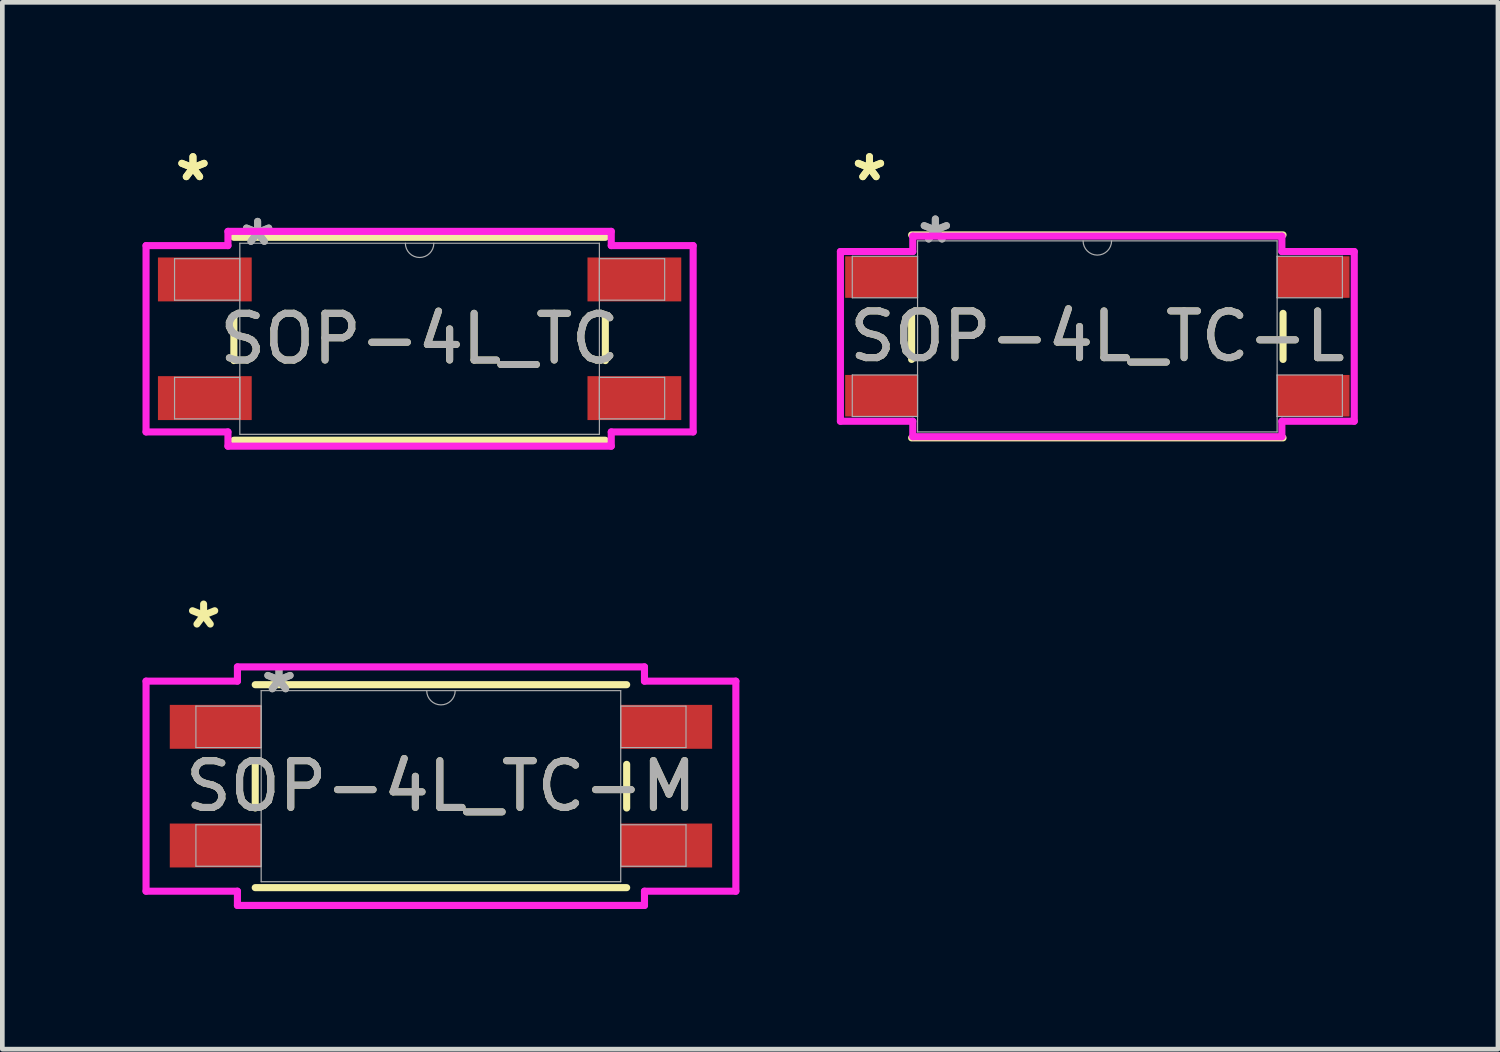
<source format=kicad_pcb>
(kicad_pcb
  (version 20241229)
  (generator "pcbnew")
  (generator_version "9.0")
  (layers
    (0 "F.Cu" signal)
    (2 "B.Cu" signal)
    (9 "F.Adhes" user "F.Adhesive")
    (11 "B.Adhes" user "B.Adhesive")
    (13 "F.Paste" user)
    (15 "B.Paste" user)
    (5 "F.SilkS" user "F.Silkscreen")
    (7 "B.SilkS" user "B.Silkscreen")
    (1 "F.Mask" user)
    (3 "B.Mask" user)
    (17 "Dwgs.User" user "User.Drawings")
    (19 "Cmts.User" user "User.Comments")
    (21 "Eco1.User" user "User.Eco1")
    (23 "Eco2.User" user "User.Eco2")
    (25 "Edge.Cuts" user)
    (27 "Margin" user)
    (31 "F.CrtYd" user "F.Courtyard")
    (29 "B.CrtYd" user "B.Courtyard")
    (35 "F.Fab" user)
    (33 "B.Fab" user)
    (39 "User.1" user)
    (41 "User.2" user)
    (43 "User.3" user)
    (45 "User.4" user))
  (footprint "SOP-4L_TC"
    (layer "F.Cu")
    (at 5.931 4.201)
    (property "Reference" "SOP-4L_TC" (at 0 0 0) (unlocked yes) (layer "F.SilkS") (effects (font (size 1 1) (thickness 0.15))))
    (attr smd)
    (fp_line (start -3.975 -0.467) (end -3.975 0.467) (stroke (width 0.152) (type solid)) (layer "F.SilkS"))
    (fp_line (start -3.975 2.172) (end 3.975 2.172) (stroke (width 0.152) (type solid)) (layer "F.SilkS"))
    (fp_line (start 3.975 -2.172) (end -3.975 -2.172) (stroke (width 0.152) (type solid)) (layer "F.SilkS"))
    (fp_line (start 3.975 0.467) (end 3.975 -0.467) (stroke (width 0.152) (type solid)) (layer "F.SilkS"))
    (fp_line (start -5.855 -1.994) (end -4.102 -1.994) (stroke (width 0.152) (type solid)) (layer "F.CrtYd"))
    (fp_line (start -5.855 1.994) (end -5.855 -1.994) (stroke (width 0.152) (type solid)) (layer "F.CrtYd"))
    (fp_line (start -5.855 1.994) (end -4.102 1.994) (stroke (width 0.152) (type solid)) (layer "F.CrtYd"))
    (fp_line (start -4.102 -2.299) (end 4.102 -2.299) (stroke (width 0.152) (type solid)) (layer "F.CrtYd"))
    (fp_line (start -4.102 -1.994) (end -4.102 -2.299) (stroke (width 0.152) (type solid)) (layer "F.CrtYd"))
    (fp_line (start -4.102 2.299) (end -4.102 1.994) (stroke (width 0.152) (type solid)) (layer "F.CrtYd"))
    (fp_line (start 4.102 -2.299) (end 4.102 -1.994) (stroke (width 0.152) (type solid)) (layer "F.CrtYd"))
    (fp_line (start 4.102 1.994) (end 4.102 2.299) (stroke (width 0.152) (type solid)) (layer "F.CrtYd"))
    (fp_line (start 4.102 2.299) (end -4.102 2.299) (stroke (width 0.152) (type solid)) (layer "F.CrtYd"))
    (fp_line (start 5.855 -1.994) (end 4.102 -1.994) (stroke (width 0.152) (type solid)) (layer "F.CrtYd"))
    (fp_line (start 5.855 -1.994) (end 5.855 1.994) (stroke (width 0.152) (type solid)) (layer "F.CrtYd"))
    (fp_line (start 5.855 1.994) (end 4.102 1.994) (stroke (width 0.152) (type solid)) (layer "F.CrtYd"))
    (fp_line (start -5.245 -1.714) (end -5.245 -0.826) (stroke (width 0.025) (type solid)) (layer "F.Fab"))
    (fp_line (start -5.245 -0.826) (end -3.848 -0.826) (stroke (width 0.025) (type solid)) (layer "F.Fab"))
    (fp_line (start -5.245 0.826) (end -5.245 1.714) (stroke (width 0.025) (type solid)) (layer "F.Fab"))
    (fp_line (start -5.245 1.714) (end -3.848 1.714) (stroke (width 0.025) (type solid)) (layer "F.Fab"))
    (fp_line (start -3.848 -2.045) (end -3.848 2.045) (stroke (width 0.025) (type solid)) (layer "F.Fab"))
    (fp_line (start -3.848 -1.714) (end -5.245 -1.714) (stroke (width 0.025) (type solid)) (layer "F.Fab"))
    (fp_line (start -3.848 -0.826) (end -3.848 -1.714) (stroke (width 0.025) (type solid)) (layer "F.Fab"))
    (fp_line (start -3.848 0.826) (end -5.245 0.826) (stroke (width 0.025) (type solid)) (layer "F.Fab"))
    (fp_line (start -3.848 1.714) (end -3.848 0.826) (stroke (width 0.025) (type solid)) (layer "F.Fab"))
    (fp_line (start -3.848 2.045) (end 3.848 2.045) (stroke (width 0.025) (type solid)) (layer "F.Fab"))
    (fp_line (start 3.848 -2.045) (end -3.848 -2.045) (stroke (width 0.025) (type solid)) (layer "F.Fab"))
    (fp_line (start 3.848 -1.714) (end 3.848 -0.826) (stroke (width 0.025) (type solid)) (layer "F.Fab"))
    (fp_line (start 3.848 -0.826) (end 5.245 -0.826) (stroke (width 0.025) (type solid)) (layer "F.Fab"))
    (fp_line (start 3.848 0.826) (end 3.848 1.714) (stroke (width 0.025) (type solid)) (layer "F.Fab"))
    (fp_line (start 3.848 1.714) (end 5.245 1.714) (stroke (width 0.025) (type solid)) (layer "F.Fab"))
    (fp_line (start 3.848 2.045) (end 3.848 -2.045) (stroke (width 0.025) (type solid)) (layer "F.Fab"))
    (fp_line (start 5.245 -1.714) (end 3.848 -1.714) (stroke (width 0.025) (type solid)) (layer "F.Fab"))
    (fp_line (start 5.245 -0.826) (end 5.245 -1.714) (stroke (width 0.025) (type solid)) (layer "F.Fab"))
    (fp_line (start 5.245 0.826) (end 3.848 0.826) (stroke (width 0.025) (type solid)) (layer "F.Fab"))
    (fp_line (start 5.245 1.714) (end 5.245 0.826) (stroke (width 0.025) (type solid)) (layer "F.Fab"))
    (fp_arc (start 0.3048 -2.0447) (mid 0 -1.7399) (end -0.3048 -2.0447) (stroke (width 0.0254) (type solid)) (layer "F.Fab"))
    (fp_text user "*" (at -4.851 -3.353 0) (layer "F.SilkS") (effects (font (size 1 1) (thickness 0.15))))
    (fp_text user "*" (at -4.851 -3.353 0) (unlocked yes) (layer "F.SilkS") (effects (font (size 1 1) (thickness 0.15))))
    (fp_text user "${REFERENCE}" (at 0 0 0) (unlocked yes) (layer "F.Fab") (effects (font (size 1 1) (thickness 0.15))))
    (fp_text user "*" (at -3.467 -1.968 0) (layer "F.Fab") (effects (font (size 1 1) (thickness 0.15))))
    (fp_text user "*" (at -3.467 -1.968 0) (unlocked yes) (layer "F.Fab") (effects (font (size 1 1) (thickness 0.15))))
    (pad "1" smd rect (at -4.597 -1.27) (size 2.007 0.94) (layers "F.Cu" "F.Mask" "F.Paste"))
    (pad "2" smd rect (at -4.597 1.27) (size 2.007 0.94) (layers "F.Cu" "F.Mask" "F.Paste"))
    (pad "3" smd rect (at 4.597 1.27) (size 2.007 0.94) (layers "F.Cu" "F.Mask" "F.Paste"))
    (pad "4" smd rect (at 4.597 -1.27) (size 2.007 0.94) (layers "F.Cu" "F.Mask" "F.Paste")))
  (footprint "SOP-4L_TC-L"
    (layer "F.Cu")
    (at 20.437 4.15)
    (property "Reference" "SOP-4L_TC-L" (at 0 0 0) (unlocked yes) (layer "F.SilkS") (effects (font (size 1 1) (thickness 0.15))))
    (attr smd)
    (fp_line (start -3.975 -0.493) (end -3.975 0.493) (stroke (width 0.152) (type solid)) (layer "F.SilkS"))
    (fp_line (start -3.975 2.172) (end 3.975 2.172) (stroke (width 0.152) (type solid)) (layer "F.SilkS"))
    (fp_line (start 3.975 -2.172) (end -3.975 -2.172) (stroke (width 0.152) (type solid)) (layer "F.SilkS"))
    (fp_line (start 3.975 0.493) (end 3.975 -0.493) (stroke (width 0.152) (type solid)) (layer "F.SilkS"))
    (fp_line (start -5.499 -1.816) (end -3.95 -1.816) (stroke (width 0.152) (type solid)) (layer "F.CrtYd"))
    (fp_line (start -5.499 1.816) (end -5.499 -1.816) (stroke (width 0.152) (type solid)) (layer "F.CrtYd"))
    (fp_line (start -5.499 1.816) (end -3.95 1.816) (stroke (width 0.152) (type solid)) (layer "F.CrtYd"))
    (fp_line (start -3.95 -2.146) (end 3.95 -2.146) (stroke (width 0.152) (type solid)) (layer "F.CrtYd"))
    (fp_line (start -3.95 -1.816) (end -3.95 -2.146) (stroke (width 0.152) (type solid)) (layer "F.CrtYd"))
    (fp_line (start -3.95 2.146) (end -3.95 1.816) (stroke (width 0.152) (type solid)) (layer "F.CrtYd"))
    (fp_line (start 3.95 -2.146) (end 3.95 -1.816) (stroke (width 0.152) (type solid)) (layer "F.CrtYd"))
    (fp_line (start 3.95 1.816) (end 3.95 2.146) (stroke (width 0.152) (type solid)) (layer "F.CrtYd"))
    (fp_line (start 3.95 2.146) (end -3.95 2.146) (stroke (width 0.152) (type solid)) (layer "F.CrtYd"))
    (fp_line (start 5.499 -1.816) (end 3.95 -1.816) (stroke (width 0.152) (type solid)) (layer "F.CrtYd"))
    (fp_line (start 5.499 -1.816) (end 5.499 1.816) (stroke (width 0.152) (type solid)) (layer "F.CrtYd"))
    (fp_line (start 5.499 1.816) (end 3.95 1.816) (stroke (width 0.152) (type solid)) (layer "F.CrtYd"))
    (fp_line (start -5.245 -1.714) (end -5.245 -0.826) (stroke (width 0.025) (type solid)) (layer "F.Fab"))
    (fp_line (start -5.245 -0.826) (end -3.848 -0.826) (stroke (width 0.025) (type solid)) (layer "F.Fab"))
    (fp_line (start -5.245 0.826) (end -5.245 1.714) (stroke (width 0.025) (type solid)) (layer "F.Fab"))
    (fp_line (start -5.245 1.714) (end -3.848 1.714) (stroke (width 0.025) (type solid)) (layer "F.Fab"))
    (fp_line (start -3.848 -2.045) (end -3.848 2.045) (stroke (width 0.025) (type solid)) (layer "F.Fab"))
    (fp_line (start -3.848 -1.714) (end -5.245 -1.714) (stroke (width 0.025) (type solid)) (layer "F.Fab"))
    (fp_line (start -3.848 -0.826) (end -3.848 -1.714) (stroke (width 0.025) (type solid)) (layer "F.Fab"))
    (fp_line (start -3.848 0.826) (end -5.245 0.826) (stroke (width 0.025) (type solid)) (layer "F.Fab"))
    (fp_line (start -3.848 1.714) (end -3.848 0.826) (stroke (width 0.025) (type solid)) (layer "F.Fab"))
    (fp_line (start -3.848 2.045) (end 3.848 2.045) (stroke (width 0.025) (type solid)) (layer "F.Fab"))
    (fp_line (start 3.848 -2.045) (end -3.848 -2.045) (stroke (width 0.025) (type solid)) (layer "F.Fab"))
    (fp_line (start 3.848 -1.714) (end 3.848 -0.826) (stroke (width 0.025) (type solid)) (layer "F.Fab"))
    (fp_line (start 3.848 -0.826) (end 5.245 -0.826) (stroke (width 0.025) (type solid)) (layer "F.Fab"))
    (fp_line (start 3.848 0.826) (end 3.848 1.714) (stroke (width 0.025) (type solid)) (layer "F.Fab"))
    (fp_line (start 3.848 1.714) (end 5.245 1.714) (stroke (width 0.025) (type solid)) (layer "F.Fab"))
    (fp_line (start 3.848 2.045) (end 3.848 -2.045) (stroke (width 0.025) (type solid)) (layer "F.Fab"))
    (fp_line (start 5.245 -1.714) (end 3.848 -1.714) (stroke (width 0.025) (type solid)) (layer "F.Fab"))
    (fp_line (start 5.245 -0.826) (end 5.245 -1.714) (stroke (width 0.025) (type solid)) (layer "F.Fab"))
    (fp_line (start 5.245 0.826) (end 3.848 0.826) (stroke (width 0.025) (type solid)) (layer "F.Fab"))
    (fp_line (start 5.245 1.714) (end 5.245 0.826) (stroke (width 0.025) (type solid)) (layer "F.Fab"))
    (fp_arc (start 0.3048 -2.0447) (mid 0 -1.7399) (end -0.3048 -2.0447) (stroke (width 0.0254) (type solid)) (layer "F.Fab"))
    (fp_text user "*" (at -4.877 -3.302 0) (layer "F.SilkS") (effects (font (size 1 1) (thickness 0.15))))
    (fp_text user "*" (at -4.877 -3.302 0) (unlocked yes) (layer "F.SilkS") (effects (font (size 1 1) (thickness 0.15))))
    (fp_text user "*" (at -3.467 -1.968 0) (unlocked yes) (layer "F.Fab") (effects (font (size 1 1) (thickness 0.15))))
    (fp_text user "${REFERENCE}" (at 0 0 0) (unlocked yes) (layer "F.Fab") (effects (font (size 1 1) (thickness 0.15))))
    (fp_text user "*" (at -3.467 -1.968 0) (layer "F.Fab") (effects (font (size 1 1) (thickness 0.15))))
    (pad "1" smd rect (at -4.623 -1.27) (size 1.549 0.889) (layers "F.Cu" "F.Mask" "F.Paste"))
    (pad "2" smd rect (at -4.623 1.27) (size 1.549 0.889) (layers "F.Cu" "F.Mask" "F.Paste"))
    (pad "3" smd rect (at 4.623 1.27) (size 1.549 0.889) (layers "F.Cu" "F.Mask" "F.Paste"))
    (pad "4" smd rect (at 4.623 -1.27) (size 1.549 0.889) (layers "F.Cu" "F.Mask" "F.Paste")))
  (footprint "SOP-4L_TC-M"
    (layer "F.Cu")
    (at 6.388 13.777)
    (property "Reference" "SOP-4L_TC-M" (at 0 0 0) (unlocked yes) (layer "F.SilkS") (effects (font (size 1 1) (thickness 0.15))))
    (attr smd)
    (fp_line (start -3.975 -0.467) (end -3.975 0.467) (stroke (width 0.152) (type solid)) (layer "F.SilkS"))
    (fp_line (start -3.975 2.172) (end 3.975 2.172) (stroke (width 0.152) (type solid)) (layer "F.SilkS"))
    (fp_line (start 3.975 -2.172) (end -3.975 -2.172) (stroke (width 0.152) (type solid)) (layer "F.SilkS"))
    (fp_line (start 3.975 0.467) (end 3.975 -0.467) (stroke (width 0.152) (type solid)) (layer "F.SilkS"))
    (fp_line (start -6.312 -2.248) (end -4.356 -2.248) (stroke (width 0.152) (type solid)) (layer "F.CrtYd"))
    (fp_line (start -6.312 2.248) (end -6.312 -2.248) (stroke (width 0.152) (type solid)) (layer "F.CrtYd"))
    (fp_line (start -6.312 2.248) (end -4.356 2.248) (stroke (width 0.152) (type solid)) (layer "F.CrtYd"))
    (fp_line (start -4.356 -2.553) (end 4.356 -2.553) (stroke (width 0.152) (type solid)) (layer "F.CrtYd"))
    (fp_line (start -4.356 -2.248) (end -4.356 -2.553) (stroke (width 0.152) (type solid)) (layer "F.CrtYd"))
    (fp_line (start -4.356 2.553) (end -4.356 2.248) (stroke (width 0.152) (type solid)) (layer "F.CrtYd"))
    (fp_line (start 4.356 -2.553) (end 4.356 -2.248) (stroke (width 0.152) (type solid)) (layer "F.CrtYd"))
    (fp_line (start 4.356 2.248) (end 4.356 2.553) (stroke (width 0.152) (type solid)) (layer "F.CrtYd"))
    (fp_line (start 4.356 2.553) (end -4.356 2.553) (stroke (width 0.152) (type solid)) (layer "F.CrtYd"))
    (fp_line (start 6.312 -2.248) (end 4.356 -2.248) (stroke (width 0.152) (type solid)) (layer "F.CrtYd"))
    (fp_line (start 6.312 -2.248) (end 6.312 2.248) (stroke (width 0.152) (type solid)) (layer "F.CrtYd"))
    (fp_line (start 6.312 2.248) (end 4.356 2.248) (stroke (width 0.152) (type solid)) (layer "F.CrtYd"))
    (fp_line (start -5.245 -1.714) (end -5.245 -0.826) (stroke (width 0.025) (type solid)) (layer "F.Fab"))
    (fp_line (start -5.245 -0.826) (end -3.848 -0.826) (stroke (width 0.025) (type solid)) (layer "F.Fab"))
    (fp_line (start -5.245 0.826) (end -5.245 1.714) (stroke (width 0.025) (type solid)) (layer "F.Fab"))
    (fp_line (start -5.245 1.714) (end -3.848 1.714) (stroke (width 0.025) (type solid)) (layer "F.Fab"))
    (fp_line (start -3.848 -2.045) (end -3.848 2.045) (stroke (width 0.025) (type solid)) (layer "F.Fab"))
    (fp_line (start -3.848 -1.714) (end -5.245 -1.714) (stroke (width 0.025) (type solid)) (layer "F.Fab"))
    (fp_line (start -3.848 -0.826) (end -3.848 -1.714) (stroke (width 0.025) (type solid)) (layer "F.Fab"))
    (fp_line (start -3.848 0.826) (end -5.245 0.826) (stroke (width 0.025) (type solid)) (layer "F.Fab"))
    (fp_line (start -3.848 1.714) (end -3.848 0.826) (stroke (width 0.025) (type solid)) (layer "F.Fab"))
    (fp_line (start -3.848 2.045) (end 3.848 2.045) (stroke (width 0.025) (type solid)) (layer "F.Fab"))
    (fp_line (start 3.848 -2.045) (end -3.848 -2.045) (stroke (width 0.025) (type solid)) (layer "F.Fab"))
    (fp_line (start 3.848 -1.714) (end 3.848 -0.826) (stroke (width 0.025) (type solid)) (layer "F.Fab"))
    (fp_line (start 3.848 -0.826) (end 5.245 -0.826) (stroke (width 0.025) (type solid)) (layer "F.Fab"))
    (fp_line (start 3.848 0.826) (end 3.848 1.714) (stroke (width 0.025) (type solid)) (layer "F.Fab"))
    (fp_line (start 3.848 1.714) (end 5.245 1.714) (stroke (width 0.025) (type solid)) (layer "F.Fab"))
    (fp_line (start 3.848 2.045) (end 3.848 -2.045) (stroke (width 0.025) (type solid)) (layer "F.Fab"))
    (fp_line (start 5.245 -1.714) (end 3.848 -1.714) (stroke (width 0.025) (type solid)) (layer "F.Fab"))
    (fp_line (start 5.245 -0.826) (end 5.245 -1.714) (stroke (width 0.025) (type solid)) (layer "F.Fab"))
    (fp_line (start 5.245 0.826) (end 3.848 0.826) (stroke (width 0.025) (type solid)) (layer "F.Fab"))
    (fp_line (start 5.245 1.714) (end 5.245 0.826) (stroke (width 0.025) (type solid)) (layer "F.Fab"))
    (fp_arc (start 0.3048 -2.0447) (mid 0 -1.7399) (end -0.3048 -2.0447) (stroke (width 0.0254) (type solid)) (layer "F.Fab"))
    (fp_text user "*" (at -5.08 -3.353 0) (layer "F.SilkS") (effects (font (size 1 1) (thickness 0.15))))
    (fp_text user "*" (at -3.467 -1.968 0) (layer "F.Fab") (effects (font (size 1 1) (thickness 0.15))))
    (fp_text user "${REFERENCE}" (at 0 0 0) (unlocked yes) (layer "F.Fab") (effects (font (size 1 1) (thickness 0.15))))
    (fp_text user "*" (at -3.467 -1.968 0) (unlocked yes) (layer "F.Fab") (effects (font (size 1 1) (thickness 0.15))))
    (pad "1" smd rect (at -4.826 -1.27) (size 1.956 0.94) (layers "F.Cu" "F.Mask" "F.Paste"))
    (pad "2" smd rect (at -4.826 1.27) (size 1.956 0.94) (layers "F.Cu" "F.Mask" "F.Paste"))
    (pad "3" smd rect (at 4.826 1.27) (size 1.956 0.94) (layers "F.Cu" "F.Mask" "F.Paste"))
    (pad "4" smd rect (at 4.826 -1.27) (size 1.956 0.94) (layers "F.Cu" "F.Mask" "F.Paste")))
  (gr_rect
    (start -3 -3)
    (end 29.012 19.406)
    (stroke (width 0.1) (type default))
    (fill no)
    (layer "Edge.Cuts")))
</source>
